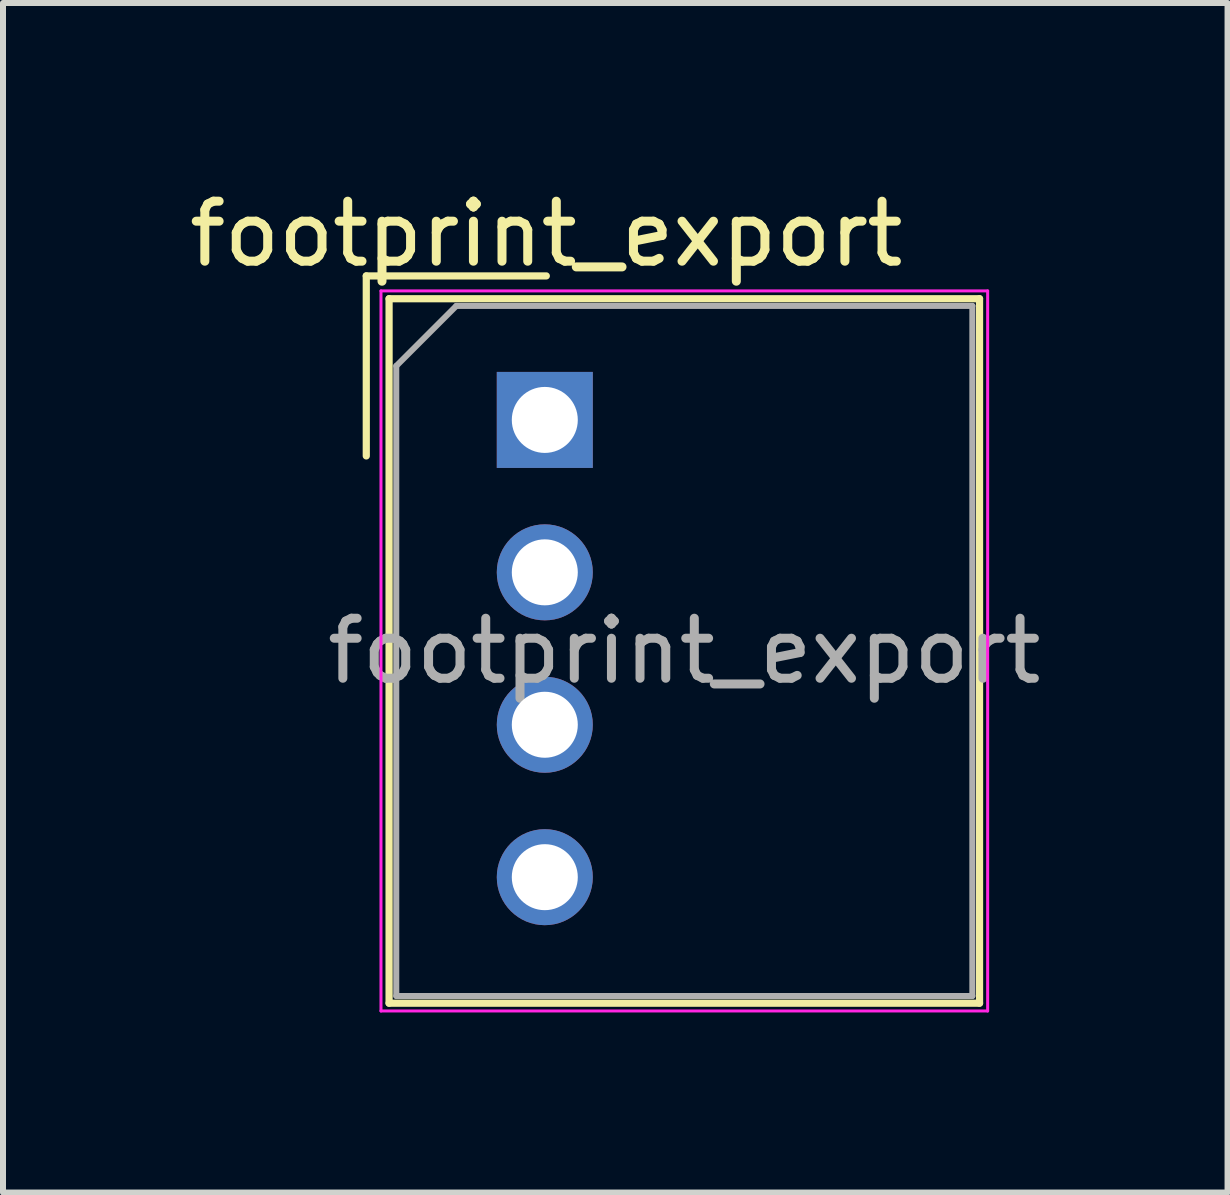
<source format=kicad_pcb>
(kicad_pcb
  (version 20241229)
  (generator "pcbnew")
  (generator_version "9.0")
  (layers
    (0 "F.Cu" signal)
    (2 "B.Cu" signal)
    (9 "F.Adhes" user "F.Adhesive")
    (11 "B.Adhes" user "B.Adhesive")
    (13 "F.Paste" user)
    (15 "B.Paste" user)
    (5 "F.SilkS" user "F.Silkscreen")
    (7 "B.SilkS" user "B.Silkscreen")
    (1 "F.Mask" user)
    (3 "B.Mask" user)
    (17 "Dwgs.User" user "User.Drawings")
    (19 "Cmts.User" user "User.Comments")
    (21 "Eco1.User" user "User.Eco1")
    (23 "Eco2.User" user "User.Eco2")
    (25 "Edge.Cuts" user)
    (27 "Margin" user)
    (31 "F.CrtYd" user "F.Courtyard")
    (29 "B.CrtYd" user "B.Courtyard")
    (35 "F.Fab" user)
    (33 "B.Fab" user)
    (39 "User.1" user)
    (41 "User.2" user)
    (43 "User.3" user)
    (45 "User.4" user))
  (footprint "footprint_export"
    (layer "F.Cu")
    (at 6.029 3.948)
    (property "Reference" "footprint_export" (at 0.025 -3.1 0) (layer "F.SilkS") (effects (font (size 1 1) (thickness 0.15))))
    (attr through_hole)
    (fp_line (start -2.975 -2.4) (end 0.025 -2.4) (stroke (width 0.12) (type solid)) (layer "F.SilkS"))
    (fp_line (start -2.975 0.6) (end -2.975 -2.4) (stroke (width 0.12) (type solid)) (layer "F.SilkS"))
    (fp_line (start -2.595 -2.02) (end -2.595 9.72) (stroke (width 0.12) (type solid)) (layer "F.SilkS"))
    (fp_line (start -2.595 -2.02) (end 7.245 -2.02) (stroke (width 0.12) (type solid)) (layer "F.SilkS"))
    (fp_line (start -2.595 9.72) (end 7.245 9.72) (stroke (width 0.12) (type solid)) (layer "F.SilkS"))
    (fp_line (start 7.245 -2.02) (end 7.245 9.72) (stroke (width 0.12) (type solid)) (layer "F.SilkS"))
    (fp_line (start -2.73 -2.15) (end -2.73 9.85) (stroke (width 0.05) (type solid)) (layer "F.CrtYd"))
    (fp_line (start -2.73 -2.15) (end 7.38 -2.15) (stroke (width 0.05) (type solid)) (layer "F.CrtYd"))
    (fp_line (start -2.73 9.85) (end 7.38 9.85) (stroke (width 0.05) (type solid)) (layer "F.CrtYd"))
    (fp_line (start 7.38 -2.15) (end 7.38 9.85) (stroke (width 0.05) (type solid)) (layer "F.CrtYd"))
    (fp_line (start -2.475 -0.9) (end -1.475 -1.9) (stroke (width 0.1) (type solid)) (layer "F.Fab"))
    (fp_line (start -2.475 9.6) (end -2.475 -0.9) (stroke (width 0.1) (type solid)) (layer "F.Fab"))
    (fp_line (start -1.475 -1.9) (end 7.125 -1.9) (stroke (width 0.1) (type solid)) (layer "F.Fab"))
    (fp_line (start 7.125 -1.9) (end 7.125 9.6) (stroke (width 0.1) (type solid)) (layer "F.Fab"))
    (fp_line (start 7.125 9.6) (end -2.475 9.6) (stroke (width 0.1) (type solid)) (layer "F.Fab"))
    (fp_text user "${REFERENCE}" (at 2.325 3.85 0) (layer "F.Fab") (effects (font (size 1 1) (thickness 0.15))))
    (pad "1" thru_hole rect (at 0 0) (size 1.6 1.6) (drill 1.1) (layers "*.Cu" "*.Mask"))
    (pad "2" thru_hole circle (at 0 2.54) (size 1.6 1.6) (drill 1.1) (layers "*.Cu" "*.Mask"))
    (pad "3" thru_hole circle (at 0 5.08) (size 1.6 1.6) (drill 1.1) (layers "*.Cu" "*.Mask"))
    (pad "4" thru_hole circle (at 0 7.62) (size 1.6 1.6) (drill 1.1) (layers "*.Cu" "*.Mask")))
  (gr_rect
    (start -3 -3)
    (end 17.407 16.823)
    (stroke (width 0.1) (type default))
    (fill no)
    (layer "Edge.Cuts")))
</source>
